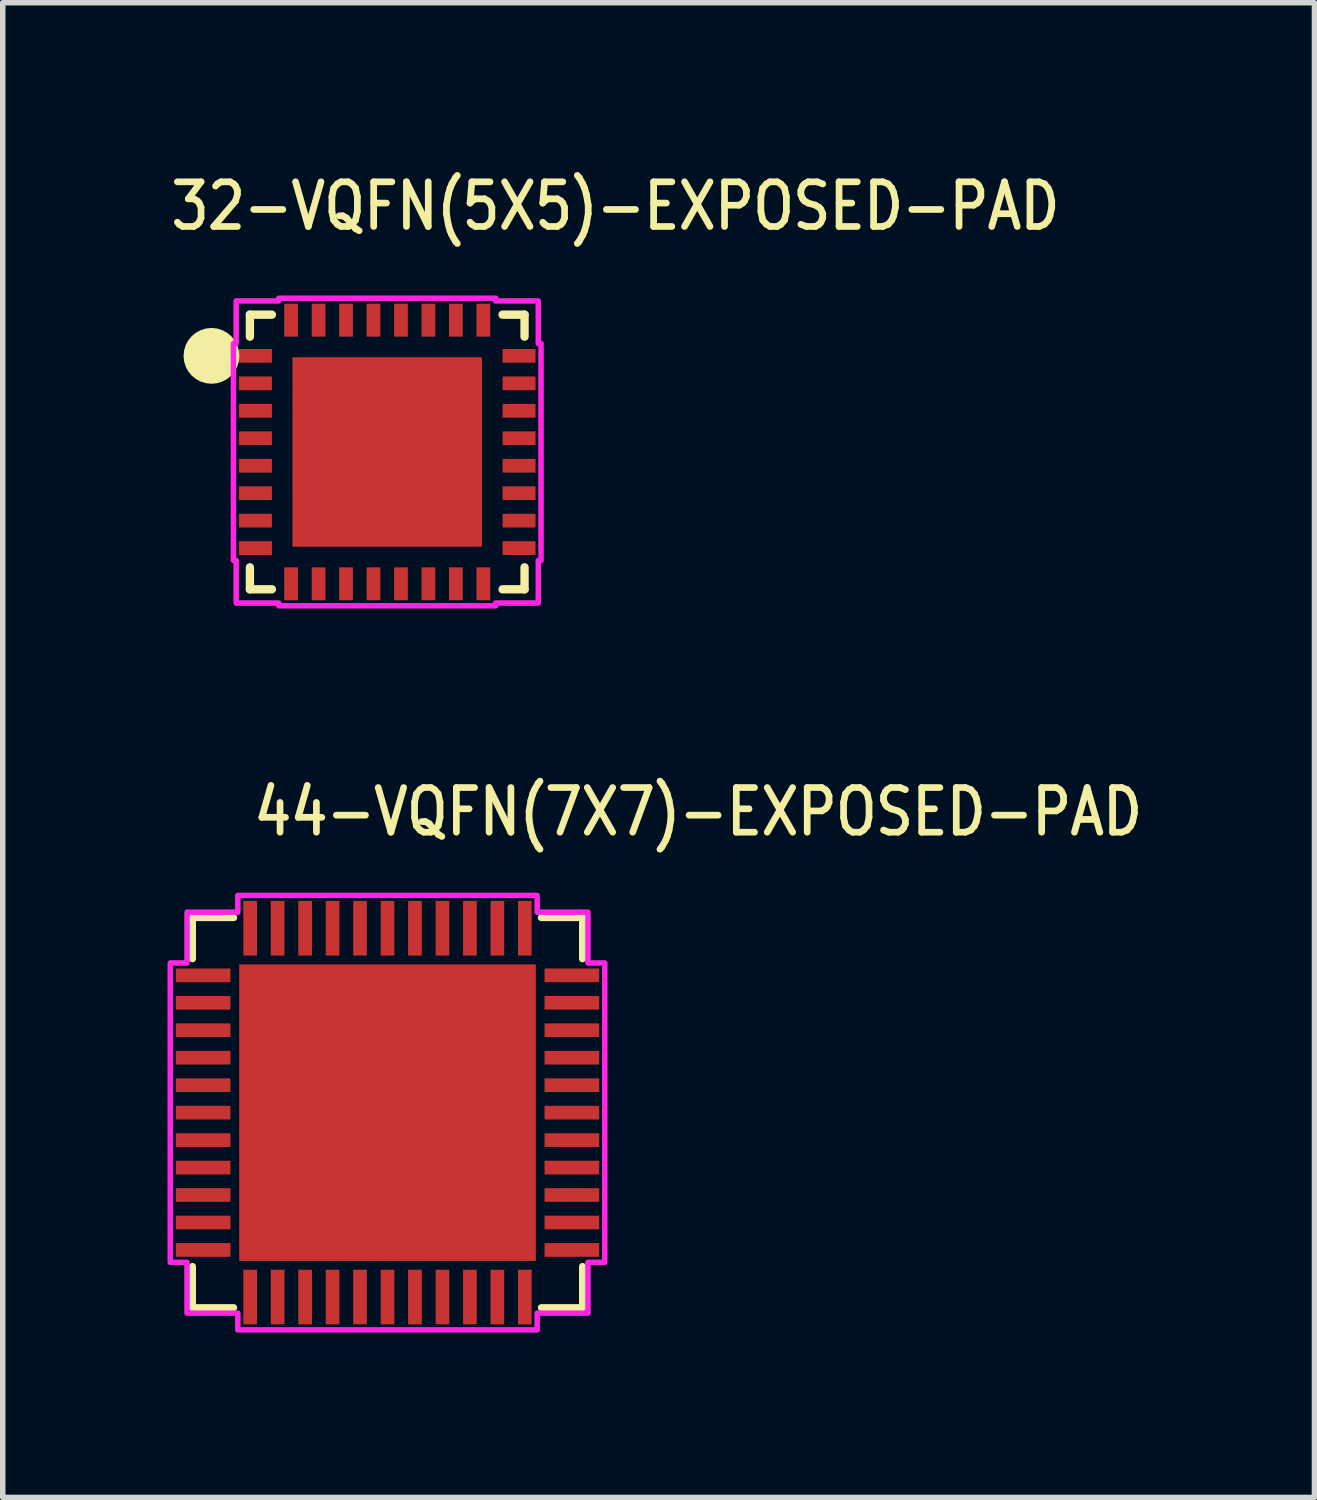
<source format=kicad_pcb>
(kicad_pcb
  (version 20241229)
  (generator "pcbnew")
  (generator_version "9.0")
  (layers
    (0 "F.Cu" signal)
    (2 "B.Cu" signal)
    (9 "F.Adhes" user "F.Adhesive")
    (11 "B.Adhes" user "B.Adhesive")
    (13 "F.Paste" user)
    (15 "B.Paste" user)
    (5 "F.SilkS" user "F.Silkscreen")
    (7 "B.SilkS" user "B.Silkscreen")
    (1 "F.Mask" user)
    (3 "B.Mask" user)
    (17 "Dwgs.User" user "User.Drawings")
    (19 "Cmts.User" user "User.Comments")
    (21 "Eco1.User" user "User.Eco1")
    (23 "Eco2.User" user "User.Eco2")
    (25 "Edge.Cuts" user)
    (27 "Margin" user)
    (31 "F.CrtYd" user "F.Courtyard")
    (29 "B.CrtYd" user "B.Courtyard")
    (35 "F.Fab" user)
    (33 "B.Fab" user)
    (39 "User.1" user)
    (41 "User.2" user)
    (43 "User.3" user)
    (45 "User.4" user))
  (footprint "32-VQFN(5X5)-EXPOSED-PAD"
    (layer "F.Cu")
    (at 4 5.179)
    (property "Reference" "32-VQFN(5X5)-EXPOSED-PAD" (at -4 -4 0) (unlocked yes) (layer "F.SilkS") (effects (font (size 0.813 0.695) (thickness 0.122)) (justify left bottom)))
    (fp_line (start -2.5 -2.5) (end -2.1 -2.5) (stroke (width 0.152) (type solid)) (layer "F.SilkS"))
    (fp_line (start -2.5 -2.1) (end -2.5 -2.5) (stroke (width 0.152) (type solid)) (layer "F.SilkS"))
    (fp_line (start -2.5 2.5) (end -2.5 2.1) (stroke (width 0.152) (type solid)) (layer "F.SilkS"))
    (fp_line (start -2.1 2.5) (end -2.5 2.5) (stroke (width 0.152) (type solid)) (layer "F.SilkS"))
    (fp_line (start 2.1 -2.5) (end 2.5 -2.5) (stroke (width 0.152) (type solid)) (layer "F.SilkS"))
    (fp_line (start 2.5 -2.5) (end 2.5 -2.1) (stroke (width 0.152) (type solid)) (layer "F.SilkS"))
    (fp_line (start 2.5 2.1) (end 2.5 2.5) (stroke (width 0.152) (type solid)) (layer "F.SilkS"))
    (fp_line (start 2.5 2.5) (end 2.1 2.5) (stroke (width 0.152) (type solid)) (layer "F.SilkS"))
    (fp_circle (center -3.2 -1.75) (end -3.2 -1.75) (stroke (width 0.508) (type solid)) (fill no) (layer "F.SilkS"))
    (fp_poly (pts (xy -2.8 -1.975) (xy -2.75 -1.975) (xy -2.75 -2.75) (xy -1.975 -2.75) (xy -1.975 -2.8) (xy 1.975 -2.8) (xy 1.975 -2.75) (xy 2.75 -2.75) (xy 2.75 -1.975) (xy 2.8 -1.975) (xy 2.8 1.975) (xy 2.75 1.975) (xy 2.75 2.75) (xy 1.975 2.75) (xy 1.975 2.8) (xy -1.975 2.8) (xy -1.975 2.75) (xy -2.75 2.75) (xy -2.75 1.975) (xy -2.8 1.975)) (stroke (width 0.1) (type solid)) (fill no) (layer "F.CrtYd"))
    (pad "1" smd rect (at -2.4 -1.75) (size 0.6 0.25) (layers "F.Cu" "F.Mask" "F.Paste"))
    (pad "2" smd rect (at -2.4 -1.25) (size 0.6 0.25) (layers "F.Cu" "F.Mask" "F.Paste"))
    (pad "3" smd rect (at -2.4 -0.75) (size 0.6 0.25) (layers "F.Cu" "F.Mask" "F.Paste"))
    (pad "4" smd rect (at -2.4 -0.25) (size 0.6 0.25) (layers "F.Cu" "F.Mask" "F.Paste"))
    (pad "5" smd rect (at -2.4 0.25) (size 0.6 0.25) (layers "F.Cu" "F.Mask" "F.Paste"))
    (pad "6" smd rect (at -2.4 0.75) (size 0.6 0.25) (layers "F.Cu" "F.Mask" "F.Paste"))
    (pad "7" smd rect (at -2.4 1.25) (size 0.6 0.25) (layers "F.Cu" "F.Mask" "F.Paste"))
    (pad "8" smd rect (at -2.4 1.75) (size 0.6 0.25) (layers "F.Cu" "F.Mask" "F.Paste"))
    (pad "9" smd rect (at -1.75 2.4 90) (size 0.6 0.25) (layers "F.Cu" "F.Mask" "F.Paste"))
    (pad "10" smd rect (at -1.25 2.4 90) (size 0.6 0.25) (layers "F.Cu" "F.Mask" "F.Paste"))
    (pad "11" smd rect (at -0.75 2.4 90) (size 0.6 0.25) (layers "F.Cu" "F.Mask" "F.Paste"))
    (pad "12" smd rect (at -0.25 2.4 90) (size 0.6 0.25) (layers "F.Cu" "F.Mask" "F.Paste"))
    (pad "13" smd rect (at 0.25 2.4 90) (size 0.6 0.25) (layers "F.Cu" "F.Mask" "F.Paste"))
    (pad "14" smd rect (at 0.75 2.4 90) (size 0.6 0.25) (layers "F.Cu" "F.Mask" "F.Paste"))
    (pad "15" smd rect (at 1.25 2.4 90) (size 0.6 0.25) (layers "F.Cu" "F.Mask" "F.Paste"))
    (pad "16" smd rect (at 1.75 2.4 90) (size 0.6 0.25) (layers "F.Cu" "F.Mask" "F.Paste"))
    (pad "17" smd rect (at 2.4 1.75 180) (size 0.6 0.25) (layers "F.Cu" "F.Mask" "F.Paste"))
    (pad "18" smd rect (at 2.4 1.25 180) (size 0.6 0.25) (layers "F.Cu" "F.Mask" "F.Paste"))
    (pad "19" smd rect (at 2.4 0.75 180) (size 0.6 0.25) (layers "F.Cu" "F.Mask" "F.Paste"))
    (pad "20" smd rect (at 2.4 0.25 180) (size 0.6 0.25) (layers "F.Cu" "F.Mask" "F.Paste"))
    (pad "21" smd rect (at 2.4 -0.25 180) (size 0.6 0.25) (layers "F.Cu" "F.Mask" "F.Paste"))
    (pad "22" smd rect (at 2.4 -0.75 180) (size 0.6 0.25) (layers "F.Cu" "F.Mask" "F.Paste"))
    (pad "23" smd rect (at 2.4 -1.25 180) (size 0.6 0.25) (layers "F.Cu" "F.Mask" "F.Paste"))
    (pad "24" smd rect (at 2.4 -1.75 180) (size 0.6 0.25) (layers "F.Cu" "F.Mask" "F.Paste"))
    (pad "25" smd rect (at 1.75 -2.4 270) (size 0.6 0.25) (layers "F.Cu" "F.Mask" "F.Paste"))
    (pad "26" smd rect (at 1.25 -2.4 270) (size 0.6 0.25) (layers "F.Cu" "F.Mask" "F.Paste"))
    (pad "27" smd rect (at 0.75 -2.4 270) (size 0.6 0.25) (layers "F.Cu" "F.Mask" "F.Paste"))
    (pad "28" smd rect (at 0.25 -2.4 270) (size 0.6 0.25) (layers "F.Cu" "F.Mask" "F.Paste"))
    (pad "29" smd rect (at -0.25 -2.4 270) (size 0.6 0.25) (layers "F.Cu" "F.Mask" "F.Paste"))
    (pad "30" smd rect (at -0.75 -2.4 270) (size 0.6 0.25) (layers "F.Cu" "F.Mask" "F.Paste"))
    (pad "31" smd rect (at -1.25 -2.4 270) (size 0.6 0.25) (layers "F.Cu" "F.Mask" "F.Paste"))
    (pad "32" smd rect (at -1.75 -2.4 270) (size 0.6 0.25) (layers "F.Cu" "F.Mask" "F.Paste"))
    (pad "33" smd rect (at 0 0) (size 3.45 3.45) (layers "F.Cu" "F.Mask" "F.Paste")))
  (footprint "44-VQFN(7X7)-EXPOSED-PAD"
    (layer "F.Cu")
    (at 4.005 17.207)
    (property "Reference" "44-VQFN(7X7)-EXPOSED-PAD" (at -2.5 -5 0) (unlocked yes) (layer "F.SilkS") (effects (font (size 0.813 0.695) (thickness 0.122)) (justify left bottom)))
    (fp_line (start -3.55 -3.55) (end -3.55 -2.8) (stroke (width 0.127) (type solid)) (layer "F.SilkS"))
    (fp_line (start -3.55 2.8) (end -3.55 3.55) (stroke (width 0.127) (type solid)) (layer "F.SilkS"))
    (fp_line (start -3.55 3.55) (end -2.8 3.55) (stroke (width 0.127) (type solid)) (layer "F.SilkS"))
    (fp_line (start -2.8 -3.55) (end -3.55 -3.55) (stroke (width 0.127) (type solid)) (layer "F.SilkS"))
    (fp_line (start 2.8 3.55) (end 3.55 3.55) (stroke (width 0.127) (type solid)) (layer "F.SilkS"))
    (fp_line (start 3.55 -3.55) (end 2.8 -3.55) (stroke (width 0.127) (type solid)) (layer "F.SilkS"))
    (fp_line (start 3.55 -2.8) (end 3.55 -3.55) (stroke (width 0.127) (type solid)) (layer "F.SilkS"))
    (fp_line (start 3.55 3.55) (end 3.55 2.8) (stroke (width 0.127) (type solid)) (layer "F.SilkS"))
    (fp_poly (pts (xy -2.55 -2.55) (xy -2.55 -1.5) (xy -1.5 -1.5) (xy -1.5 -2.55)) (stroke (width 0.025) (type solid)) (fill yes) (layer "F.Paste"))
    (fp_poly (pts (xy -2.55 -1.2) (xy -2.55 -0.15) (xy -1.5 -0.15) (xy -1.5 -1.2)) (stroke (width 0.025) (type solid)) (fill yes) (layer "F.Paste"))
    (fp_poly (pts (xy -2.55 0.15) (xy -2.55 1.2) (xy -1.5 1.2) (xy -1.5 0.15)) (stroke (width 0.025) (type solid)) (fill yes) (layer "F.Paste"))
    (fp_poly (pts (xy -2.55 1.5) (xy -2.55 2.55) (xy -1.5 2.55) (xy -1.5 1.5)) (stroke (width 0.025) (type solid)) (fill yes) (layer "F.Paste"))
    (fp_poly (pts (xy -1.2 -2.55) (xy -1.2 -1.5) (xy -0.15 -1.5) (xy -0.15 -2.55)) (stroke (width 0.025) (type solid)) (fill yes) (layer "F.Paste"))
    (fp_poly (pts (xy -1.2 -1.2) (xy -1.2 -0.15) (xy -0.15 -0.15) (xy -0.15 -1.2)) (stroke (width 0.025) (type solid)) (fill yes) (layer "F.Paste"))
    (fp_poly (pts (xy -1.2 0.15) (xy -1.2 1.2) (xy -0.15 1.2) (xy -0.15 0.15)) (stroke (width 0.025) (type solid)) (fill yes) (layer "F.Paste"))
    (fp_poly (pts (xy -1.2 1.5) (xy -1.2 2.55) (xy -0.15 2.55) (xy -0.15 1.5)) (stroke (width 0.025) (type solid)) (fill yes) (layer "F.Paste"))
    (fp_poly (pts (xy 0.15 -2.55) (xy 0.15 -1.5) (xy 1.2 -1.5) (xy 1.2 -2.55)) (stroke (width 0.025) (type solid)) (fill yes) (layer "F.Paste"))
    (fp_poly (pts (xy 0.15 -1.2) (xy 0.15 -0.15) (xy 1.2 -0.15) (xy 1.2 -1.2)) (stroke (width 0.025) (type solid)) (fill yes) (layer "F.Paste"))
    (fp_poly (pts (xy 0.15 0.15) (xy 0.15 1.2) (xy 1.2 1.2) (xy 1.2 0.15)) (stroke (width 0.025) (type solid)) (fill yes) (layer "F.Paste"))
    (fp_poly (pts (xy 0.15 1.5) (xy 0.15 2.55) (xy 1.2 2.55) (xy 1.2 1.5)) (stroke (width 0.025) (type solid)) (fill yes) (layer "F.Paste"))
    (fp_poly (pts (xy 1.5 -2.55) (xy 1.5 -1.5) (xy 2.55 -1.5) (xy 2.55 -2.55)) (stroke (width 0.025) (type solid)) (fill yes) (layer "F.Paste"))
    (fp_poly (pts (xy 1.5 -1.2) (xy 1.5 -0.15) (xy 2.55 -0.15) (xy 2.55 -1.2)) (stroke (width 0.025) (type solid)) (fill yes) (layer "F.Paste"))
    (fp_poly (pts (xy 1.5 0.15) (xy 1.5 1.2) (xy 2.55 1.2) (xy 2.55 0.15)) (stroke (width 0.025) (type solid)) (fill yes) (layer "F.Paste"))
    (fp_poly (pts (xy 1.5 1.5) (xy 1.5 2.55) (xy 2.55 2.55) (xy 2.55 1.5)) (stroke (width 0.025) (type solid)) (fill yes) (layer "F.Paste"))
    (fp_poly (pts (xy -3.65 -3.65) (xy -2.725 -3.65) (xy -2.725 -3.955) (xy 2.725 -3.955) (xy 2.725 -3.65) (xy 3.65 -3.65) (xy 3.65 -2.725) (xy 3.955 -2.725) (xy 3.955 2.725) (xy 3.65 2.725) (xy 3.65 3.65) (xy 2.725 3.65) (xy 2.725 3.955) (xy -2.725 3.955) (xy -2.725 3.65) (xy -3.65 3.65) (xy -3.65 2.725) (xy -3.955 2.725) (xy -3.955 -2.725) (xy -3.65 -2.725)) (stroke (width 0.1) (type solid)) (fill no) (layer "F.CrtYd"))
    (pad "1" smd rect (at -3.357 -2.5 270) (size 0.249 0.995) (layers "F.Cu" "F.Mask" "F.Paste"))
    (pad "2" smd rect (at -3.357 -2 270) (size 0.249 0.995) (layers "F.Cu" "F.Mask" "F.Paste"))
    (pad "3" smd rect (at -3.357 -1.5 270) (size 0.249 0.995) (layers "F.Cu" "F.Mask" "F.Paste"))
    (pad "4" smd rect (at -3.357 -1 270) (size 0.249 0.995) (layers "F.Cu" "F.Mask" "F.Paste"))
    (pad "5" smd rect (at -3.357 -0.5 270) (size 0.249 0.995) (layers "F.Cu" "F.Mask" "F.Paste"))
    (pad "6" smd rect (at -3.357 0 270) (size 0.249 0.995) (layers "F.Cu" "F.Mask" "F.Paste"))
    (pad "7" smd rect (at -3.357 0.5 270) (size 0.249 0.995) (layers "F.Cu" "F.Mask" "F.Paste"))
    (pad "8" smd rect (at -3.357 1 270) (size 0.249 0.995) (layers "F.Cu" "F.Mask" "F.Paste"))
    (pad "9" smd rect (at -3.357 1.5 270) (size 0.249 0.995) (layers "F.Cu" "F.Mask" "F.Paste"))
    (pad "10" smd rect (at -3.357 2 270) (size 0.249 0.995) (layers "F.Cu" "F.Mask" "F.Paste"))
    (pad "11" smd rect (at -3.357 2.5 270) (size 0.249 0.995) (layers "F.Cu" "F.Mask" "F.Paste"))
    (pad "12" smd rect (at -2.5 3.357 180) (size 0.249 0.995) (layers "F.Cu" "F.Mask" "F.Paste"))
    (pad "13" smd rect (at -2 3.357 180) (size 0.249 0.995) (layers "F.Cu" "F.Mask" "F.Paste"))
    (pad "14" smd rect (at -1.5 3.357 180) (size 0.249 0.995) (layers "F.Cu" "F.Mask" "F.Paste"))
    (pad "15" smd rect (at -1 3.357 180) (size 0.249 0.995) (layers "F.Cu" "F.Mask" "F.Paste"))
    (pad "16" smd rect (at -0.5 3.357 180) (size 0.249 0.995) (layers "F.Cu" "F.Mask" "F.Paste"))
    (pad "17" smd rect (at 0 3.357 180) (size 0.249 0.995) (layers "F.Cu" "F.Mask" "F.Paste"))
    (pad "18" smd rect (at 0.5 3.357 180) (size 0.249 0.995) (layers "F.Cu" "F.Mask" "F.Paste"))
    (pad "19" smd rect (at 1 3.357 180) (size 0.249 0.995) (layers "F.Cu" "F.Mask" "F.Paste"))
    (pad "20" smd rect (at 1.5 3.357 180) (size 0.249 0.995) (layers "F.Cu" "F.Mask" "F.Paste"))
    (pad "21" smd rect (at 2 3.357 180) (size 0.249 0.995) (layers "F.Cu" "F.Mask" "F.Paste"))
    (pad "22" smd rect (at 2.5 3.357 180) (size 0.249 0.995) (layers "F.Cu" "F.Mask" "F.Paste"))
    (pad "23" smd rect (at 3.357 2.5 270) (size 0.249 0.995) (layers "F.Cu" "F.Mask" "F.Paste"))
    (pad "24" smd rect (at 3.357 2 270) (size 0.249 0.995) (layers "F.Cu" "F.Mask" "F.Paste"))
    (pad "25" smd rect (at 3.357 1.5 270) (size 0.249 0.995) (layers "F.Cu" "F.Mask" "F.Paste"))
    (pad "26" smd rect (at 3.357 1 270) (size 0.249 0.995) (layers "F.Cu" "F.Mask" "F.Paste"))
    (pad "27" smd rect (at 3.357 0.5 270) (size 0.249 0.995) (layers "F.Cu" "F.Mask" "F.Paste"))
    (pad "28" smd rect (at 3.357 0 270) (size 0.249 0.995) (layers "F.Cu" "F.Mask" "F.Paste"))
    (pad "29" smd rect (at 3.357 -0.5 270) (size 0.249 0.995) (layers "F.Cu" "F.Mask" "F.Paste"))
    (pad "30" smd rect (at 3.357 -1 270) (size 0.249 0.995) (layers "F.Cu" "F.Mask" "F.Paste"))
    (pad "31" smd rect (at 3.357 -1.5 270) (size 0.249 0.995) (layers "F.Cu" "F.Mask" "F.Paste"))
    (pad "32" smd rect (at 3.357 -2 270) (size 0.249 0.995) (layers "F.Cu" "F.Mask" "F.Paste"))
    (pad "33" smd rect (at 3.357 -2.5 270) (size 0.249 0.995) (layers "F.Cu" "F.Mask" "F.Paste"))
    (pad "34" smd rect (at 2.5 -3.357 180) (size 0.249 0.995) (layers "F.Cu" "F.Mask" "F.Paste"))
    (pad "35" smd rect (at 2 -3.357 180) (size 0.249 0.995) (layers "F.Cu" "F.Mask" "F.Paste"))
    (pad "36" smd rect (at 1.5 -3.357 180) (size 0.249 0.995) (layers "F.Cu" "F.Mask" "F.Paste"))
    (pad "37" smd rect (at 1 -3.357 180) (size 0.249 0.995) (layers "F.Cu" "F.Mask" "F.Paste"))
    (pad "38" smd rect (at 0.5 -3.357 180) (size 0.249 0.995) (layers "F.Cu" "F.Mask" "F.Paste"))
    (pad "39" smd rect (at 0 -3.357 180) (size 0.249 0.995) (layers "F.Cu" "F.Mask" "F.Paste"))
    (pad "40" smd rect (at -0.5 -3.357 180) (size 0.249 0.995) (layers "F.Cu" "F.Mask" "F.Paste"))
    (pad "41" smd rect (at -1 -3.357 180) (size 0.249 0.995) (layers "F.Cu" "F.Mask" "F.Paste"))
    (pad "42" smd rect (at -1.5 -3.357 180) (size 0.249 0.995) (layers "F.Cu" "F.Mask" "F.Paste"))
    (pad "43" smd rect (at -2 -3.357 180) (size 0.249 0.995) (layers "F.Cu" "F.Mask" "F.Paste"))
    (pad "44" smd rect (at -2.5 -3.357 180) (size 0.249 0.995) (layers "F.Cu" "F.Mask" "F.Paste"))
    (pad "45" smd rect (at 0 0) (size 5.4 5.4) (layers "F.Cu" "F.Mask")))
  (gr_rect
    (start -3 -3)
    (end 20.881 24.212)
    (stroke (width 0.1) (type default))
    (fill no)
    (layer "Edge.Cuts")))
</source>
